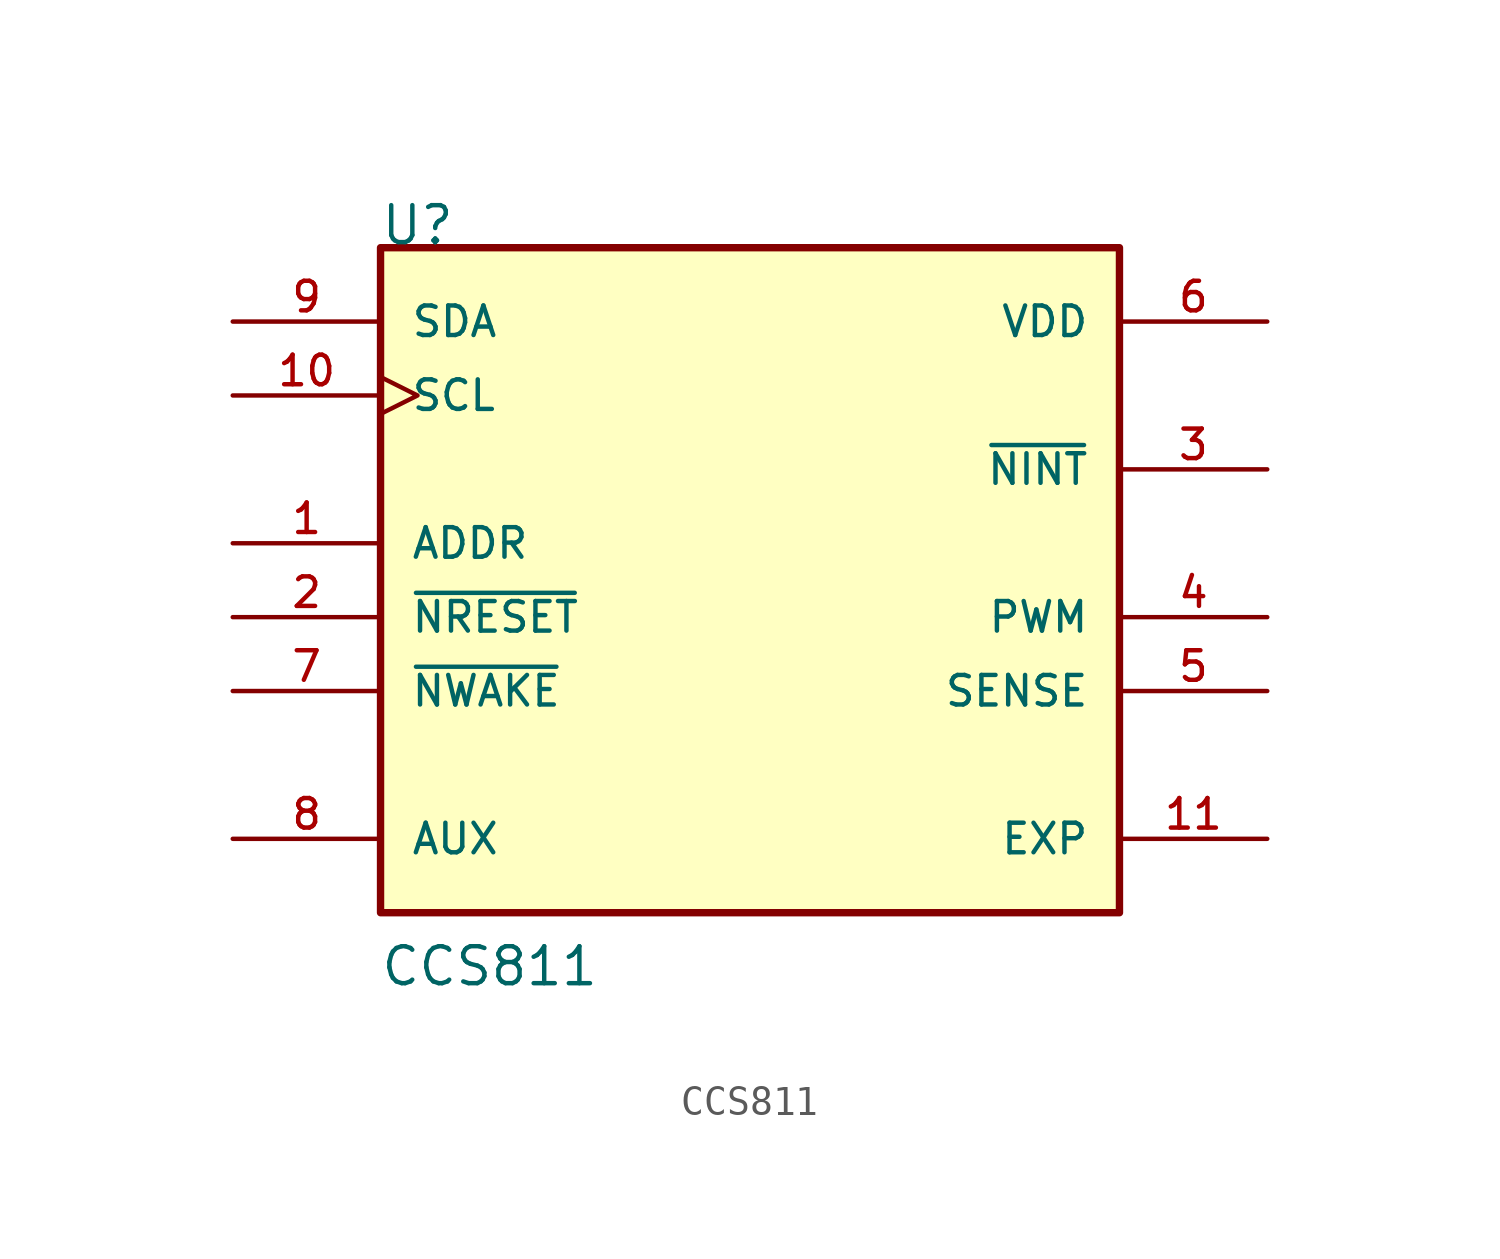
<source format=kicad_sym>
(kicad_symbol_lib
  (version 20211014)
  (generator kicad_symbol_editor)
  (symbol "CCS811"
    (pin_names
      (offset 1.016))
    (property "Reference" "U"
      (at -12.735 10.188 0)
      (effects (font (size 1.27 1.27)) (justify bottom left)))
    (property "Value" "CCS811"
      (at -12.738 -15.285 0)
      (effects (font (size 1.27 1.27)) (justify bottom left)))
    (symbol "CCS811_0_0"
      (rectangle (start -12.7 -12.7) (end 12.7 10.16) (stroke (width 0.254)) (fill (type background)))
      (pin input line (at -17.78 0.0 0) (length 5.08) (name "ADDR" (effects (font (size 1.016 1.016)))) (number "1" (effects (font (size 1.016 1.016)))))
      (pin input line (at -17.78 -2.54 0) (length 5.08) (name "~{NRESET}" (effects (font (size 1.016 1.016)))) (number "2" (effects (font (size 1.016 1.016)))))
      (pin output line (at 17.78 2.54 180.0) (length 5.08) (name "~{NINT}" (effects (font (size 1.016 1.016)))) (number "3" (effects (font (size 1.016 1.016)))))
      (pin output line (at 17.78 -2.54 180.0) (length 5.08) (name "PWM" (effects (font (size 1.016 1.016)))) (number "4" (effects (font (size 1.016 1.016)))))
      (pin input line (at 17.78 -5.08 180.0) (length 5.08) (name "SENSE" (effects (font (size 1.016 1.016)))) (number "5" (effects (font (size 1.016 1.016)))))
      (pin power_in line (at 17.78 7.62 180.0) (length 5.08) (name "VDD" (effects (font (size 1.016 1.016)))) (number "6" (effects (font (size 1.016 1.016)))))
      (pin input line (at -17.78 -5.08 0) (length 5.08) (name "~{NWAKE}" (effects (font (size 1.016 1.016)))) (number "7" (effects (font (size 1.016 1.016)))))
      (pin passive line (at -17.78 -10.16 0) (length 5.08) (name "AUX" (effects (font (size 1.016 1.016)))) (number "8" (effects (font (size 1.016 1.016)))))
      (pin bidirectional line (at -17.78 7.62 0) (length 5.08) (name "SDA" (effects (font (size 1.016 1.016)))) (number "9" (effects (font (size 1.016 1.016)))))
      (pin input clock (at -17.78 5.08 0) (length 5.08) (name "SCL" (effects (font (size 1.016 1.016)))) (number "10" (effects (font (size 1.016 1.016)))))
      (pin power_in line (at 17.78 -10.16 180.0) (length 5.08) (name "EXP" (effects (font (size 1.016 1.016)))) (number "11" (effects (font (size 1.016 1.016))))))))
</source>
